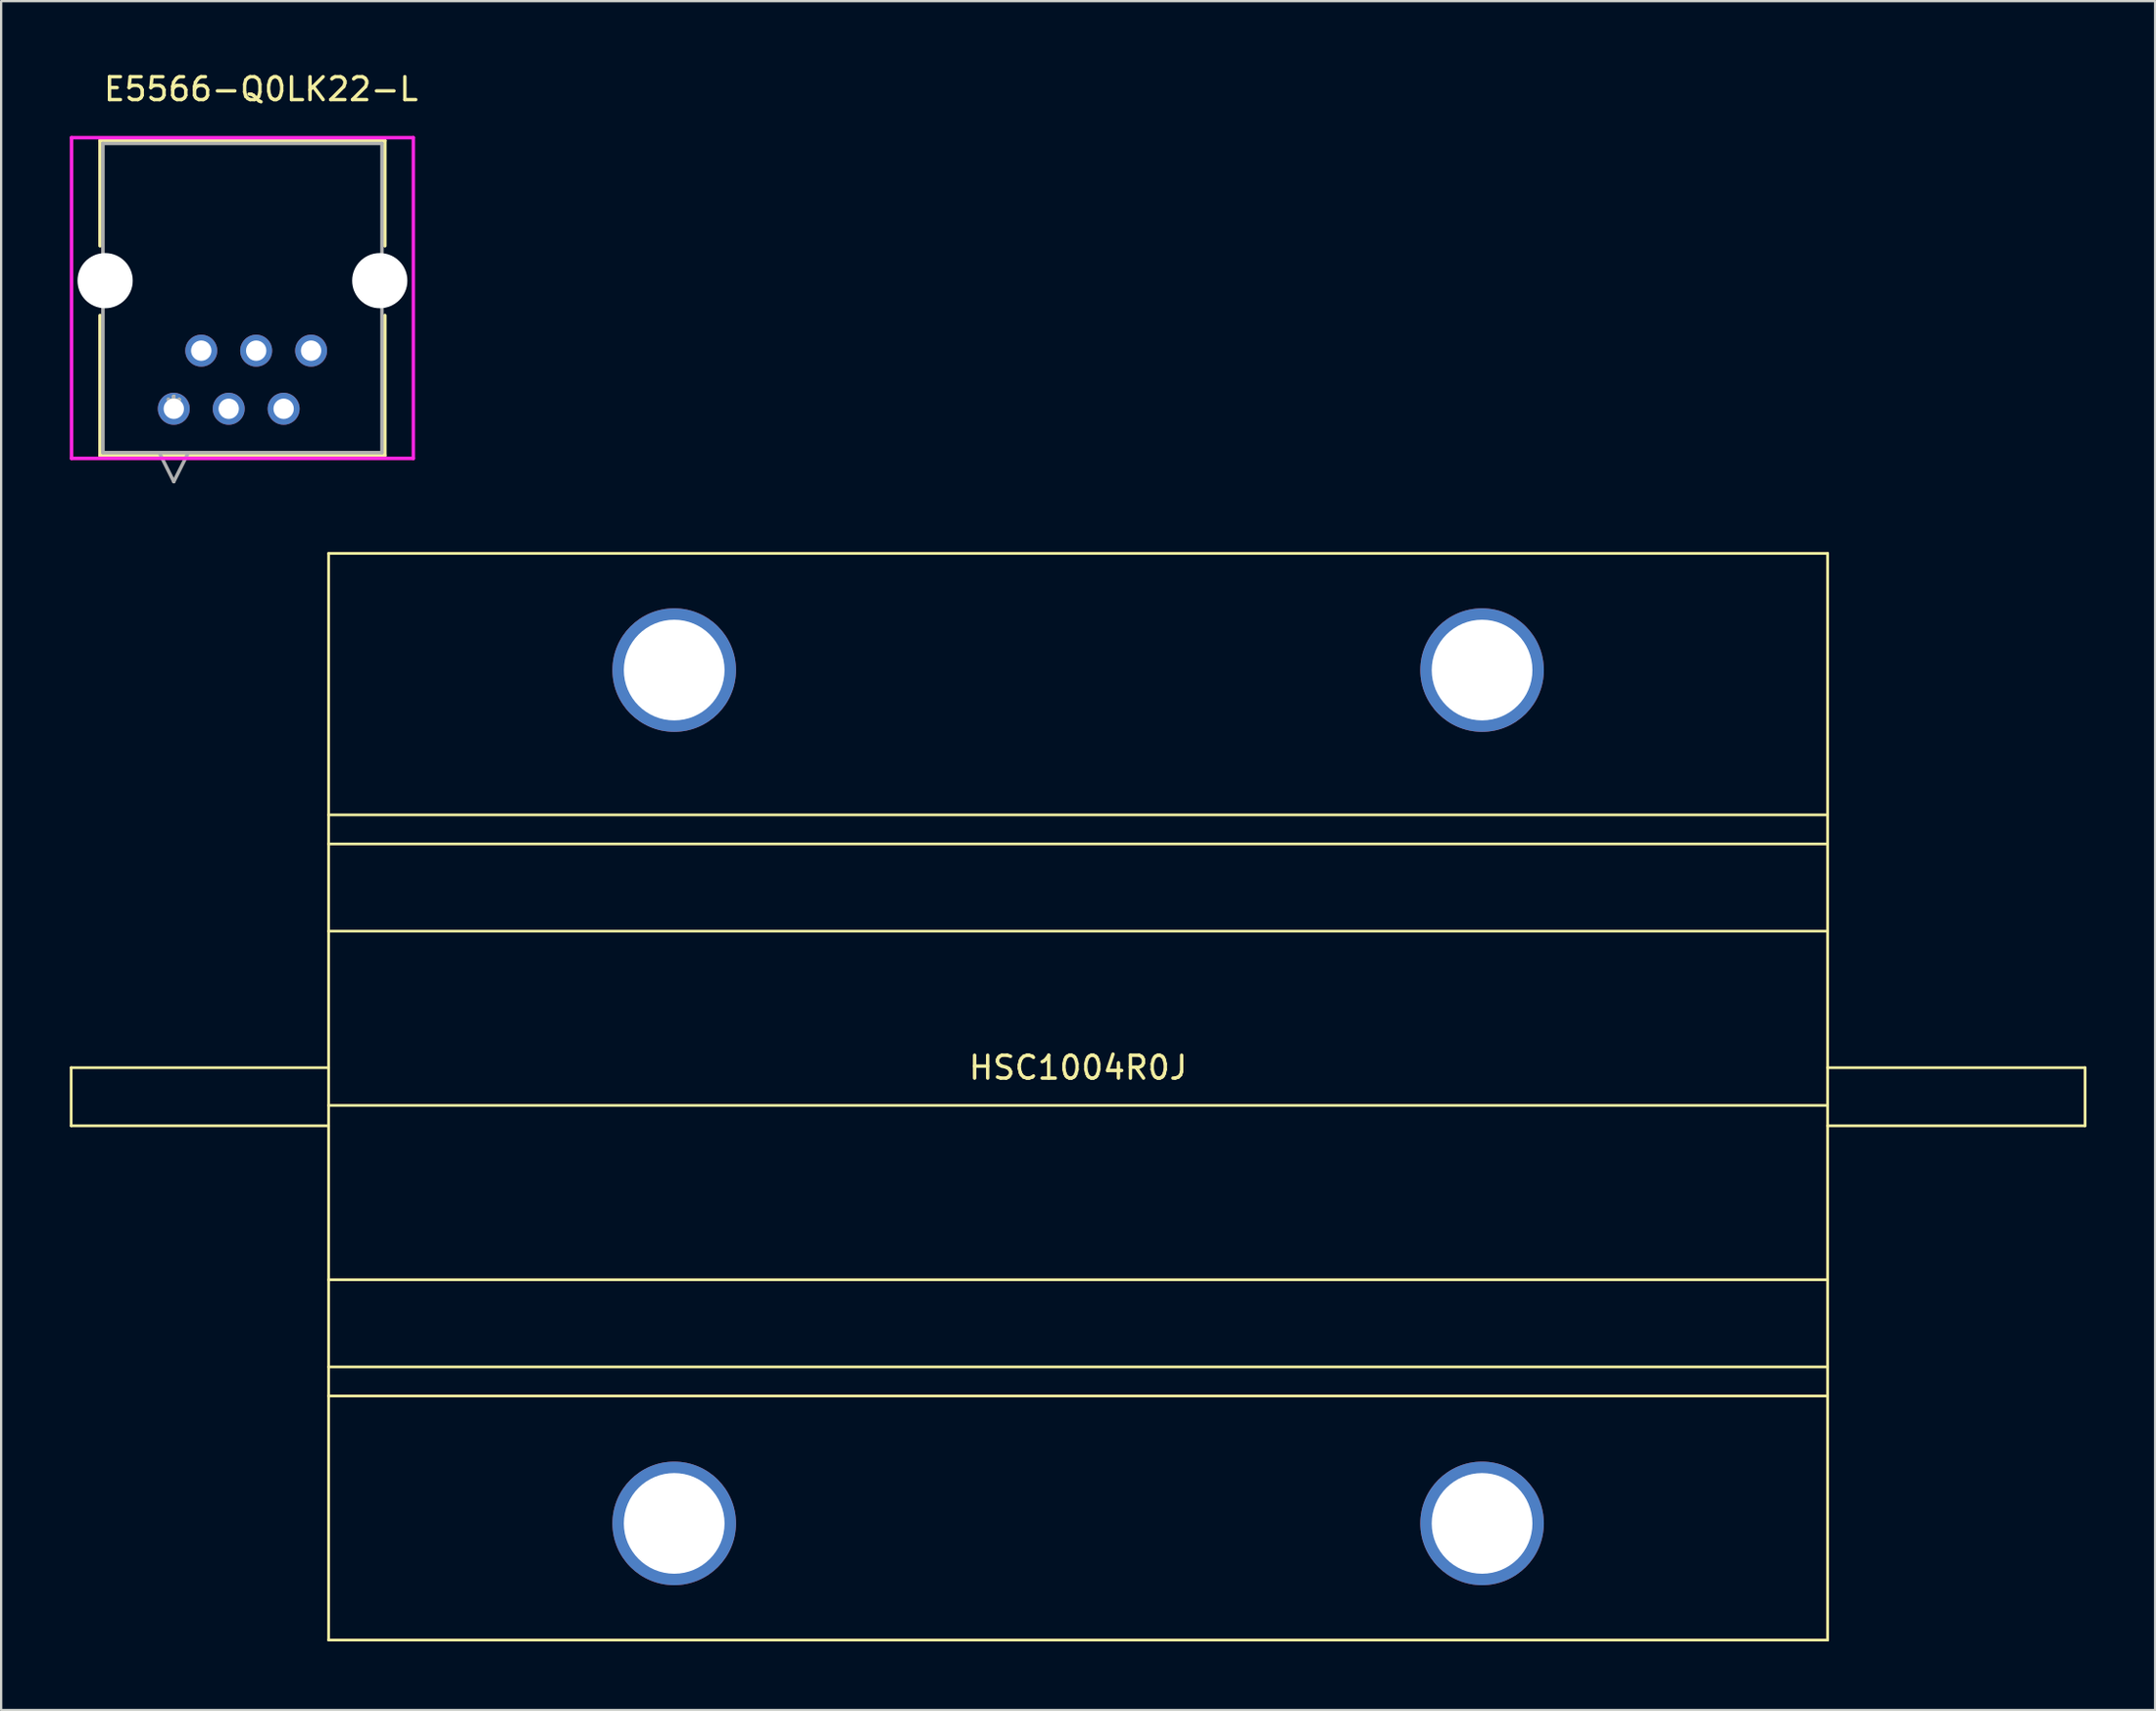
<source format=kicad_pcb>
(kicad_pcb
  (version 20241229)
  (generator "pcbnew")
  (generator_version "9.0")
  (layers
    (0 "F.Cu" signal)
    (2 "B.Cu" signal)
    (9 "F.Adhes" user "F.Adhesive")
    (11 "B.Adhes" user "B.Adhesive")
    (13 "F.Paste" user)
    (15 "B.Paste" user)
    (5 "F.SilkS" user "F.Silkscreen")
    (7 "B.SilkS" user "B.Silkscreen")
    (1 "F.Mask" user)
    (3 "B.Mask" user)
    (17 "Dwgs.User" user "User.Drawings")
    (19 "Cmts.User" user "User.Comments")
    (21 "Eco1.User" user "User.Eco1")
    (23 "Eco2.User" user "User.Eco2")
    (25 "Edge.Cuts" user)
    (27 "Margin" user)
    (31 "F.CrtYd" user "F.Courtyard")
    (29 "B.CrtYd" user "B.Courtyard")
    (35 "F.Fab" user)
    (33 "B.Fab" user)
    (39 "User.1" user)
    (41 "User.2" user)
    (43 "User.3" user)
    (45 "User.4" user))
  (footprint "HSC1004R0J"
    (layer "F.Cu")
    (at 44.06 44.891)
    (property "Reference" "HSC1004R0J" (at 0 -1.27 0) (layer "F.SilkS") (effects (font (size 1 1) (thickness 0.15))))
    (attr through_hole)
    (fp_line (start -44 -1.27) (end -44 1.27) (stroke (width 0.12) (type solid)) (layer "F.SilkS"))
    (fp_line (start -44 1.27) (end -32.75 1.27) (stroke (width 0.12) (type solid)) (layer "F.SilkS"))
    (fp_line (start -32.75 -23.75) (end 32.75 -23.75) (stroke (width 0.12) (type solid)) (layer "F.SilkS"))
    (fp_line (start -32.75 -12.32) (end 32.75 -12.32) (stroke (width 0.12) (type solid)) (layer "F.SilkS"))
    (fp_line (start -32.75 -11.05) (end 32.75 -11.05) (stroke (width 0.12) (type solid)) (layer "F.SilkS"))
    (fp_line (start -32.75 -7.24) (end 32.75 -7.24) (stroke (width 0.12) (type solid)) (layer "F.SilkS"))
    (fp_line (start -32.75 -1.27) (end -44 -1.27) (stroke (width 0.12) (type solid)) (layer "F.SilkS"))
    (fp_line (start -32.75 0.38) (end 32.75 0.38) (stroke (width 0.12) (type solid)) (layer "F.SilkS"))
    (fp_line (start -32.75 8) (end 32.75 8) (stroke (width 0.12) (type solid)) (layer "F.SilkS"))
    (fp_line (start -32.75 11.81) (end 32.75 11.81) (stroke (width 0.12) (type solid)) (layer "F.SilkS"))
    (fp_line (start -32.75 13.08) (end 32.75 13.08) (stroke (width 0.12) (type solid)) (layer "F.SilkS"))
    (fp_line (start -32.75 23.75) (end -32.75 -23.75) (stroke (width 0.12) (type solid)) (layer "F.SilkS"))
    (fp_line (start 32.75 -23.75) (end 32.75 23.75) (stroke (width 0.12) (type solid)) (layer "F.SilkS"))
    (fp_line (start 32.75 -1.27) (end 44 -1.27) (stroke (width 0.12) (type solid)) (layer "F.SilkS"))
    (fp_line (start 32.75 23.75) (end -32.75 23.75) (stroke (width 0.12) (type solid)) (layer "F.SilkS"))
    (fp_line (start 44 -1.27) (end 44 1.27) (stroke (width 0.12) (type solid)) (layer "F.SilkS"))
    (fp_line (start 44 1.27) (end 32.75 1.27) (stroke (width 0.12) (type solid)) (layer "F.SilkS"))
    (pad "1" thru_hole circle (at -17.65 18.65) (size 5.4 5.4) (drill 4.4) (layers "*.Cu" "*.Mask"))
    (pad "1" thru_hole circle (at 17.65 18.65) (size 5.4 5.4) (drill 4.4) (layers "*.Cu" "*.Mask"))
    (pad "2" thru_hole circle (at -17.65 -18.65) (size 5.4 5.4) (drill 4.4) (layers "*.Cu" "*.Mask"))
    (pad "2" thru_hole circle (at 17.65 -18.65) (size 5.4 5.4) (drill 4.4) (layers "*.Cu" "*.Mask")))
  (footprint "E5566-Q0LK22-L"
    (layer "F.Cu")
    (at 4.544 14.818)
    (property "Reference" "E5566-Q0LK22-L" (at 3.81 -13.97 0) (layer "F.SilkS") (effects (font (size 1 1) (thickness 0.15))))
    (attr through_hole)
    (fp_line (start -3.223 -11.723) (end -3.223 -7.123) (stroke (width 0.152) (type solid)) (layer "F.SilkS"))
    (fp_line (start -3.223 -4.077) (end -3.223 2.043) (stroke (width 0.152) (type solid)) (layer "F.SilkS"))
    (fp_line (start -3.223 2.043) (end 9.223 2.043) (stroke (width 0.152) (type solid)) (layer "F.SilkS"))
    (fp_line (start 9.223 -11.723) (end -3.223 -11.723) (stroke (width 0.152) (type solid)) (layer "F.SilkS"))
    (fp_line (start 9.223 -7.123) (end 9.223 -11.723) (stroke (width 0.152) (type solid)) (layer "F.SilkS"))
    (fp_line (start 9.223 2.043) (end 9.223 -4.077) (stroke (width 0.152) (type solid)) (layer "F.SilkS"))
    (fp_line (start -4.468 -11.85) (end -4.468 2.17) (stroke (width 0.152) (type solid)) (layer "F.CrtYd"))
    (fp_line (start -4.468 2.17) (end 10.468 2.17) (stroke (width 0.152) (type solid)) (layer "F.CrtYd"))
    (fp_line (start 10.468 -11.85) (end -4.468 -11.85) (stroke (width 0.152) (type solid)) (layer "F.CrtYd"))
    (fp_line (start 10.468 2.17) (end 10.468 -11.85) (stroke (width 0.152) (type solid)) (layer "F.CrtYd"))
    (fp_line (start -3.096 -11.596) (end -3.096 1.916) (stroke (width 0.152) (type solid)) (layer "F.Fab"))
    (fp_line (start -3.096 1.916) (end 9.096 1.916) (stroke (width 0.152) (type solid)) (layer "F.Fab"))
    (fp_line (start -0.635 1.916) (end 0 3.186) (stroke (width 0.152) (type solid)) (layer "F.Fab"))
    (fp_line (start 0.635 1.916) (end 0 3.186) (stroke (width 0.152) (type solid)) (layer "F.Fab"))
    (fp_line (start 9.096 -11.596) (end -3.096 -11.596) (stroke (width 0.152) (type solid)) (layer "F.Fab"))
    (fp_line (start 9.096 1.916) (end 9.096 -11.596) (stroke (width 0.152) (type solid)) (layer "F.Fab"))
    (fp_text user "*" (at 0 0 0) (layer "F.SilkS") (effects (font (size 1 1) (thickness 0.15))))
    (fp_text user "Copyright 2016 Accelerated Designs. All rights reserved." (at 0 0 0) (layer "Cmts.User") (effects (font (size 0.127 0.127) (thickness 0.002))))
    (fp_text user "*" (at 0 0 0) (layer "F.Fab") (effects (font (size 1 1) (thickness 0.15))))
    (pad "" np_thru_hole circle (at -3 -5.6) (size 2.413 2.413) (drill 2.413) (layers "*.Cu" "*.Mask"))
    (pad "" np_thru_hole circle (at 9 -5.6) (size 2.413 2.413) (drill 2.413) (layers "*.Cu" "*.Mask"))
    (pad "1" thru_hole circle (at 0 0) (size 1.397 1.397) (drill 0.889) (layers "*.Cu" "*.Mask"))
    (pad "2" thru_hole circle (at 1.2 -2.54) (size 1.397 1.397) (drill 0.889) (layers "*.Cu" "*.Mask"))
    (pad "3" thru_hole circle (at 2.4 0) (size 1.397 1.397) (drill 0.889) (layers "*.Cu" "*.Mask"))
    (pad "4" thru_hole circle (at 3.6 -2.54) (size 1.397 1.397) (drill 0.889) (layers "*.Cu" "*.Mask"))
    (pad "5" thru_hole circle (at 4.8 0) (size 1.397 1.397) (drill 0.889) (layers "*.Cu" "*.Mask"))
    (pad "6" thru_hole circle (at 6 -2.54) (size 1.397 1.397) (drill 0.889) (layers "*.Cu" "*.Mask")))
  (gr_rect
    (start -3 -3)
    (end 91.12 71.701)
    (stroke (width 0.1) (type default))
    (fill no)
    (layer "Edge.Cuts")))
</source>
